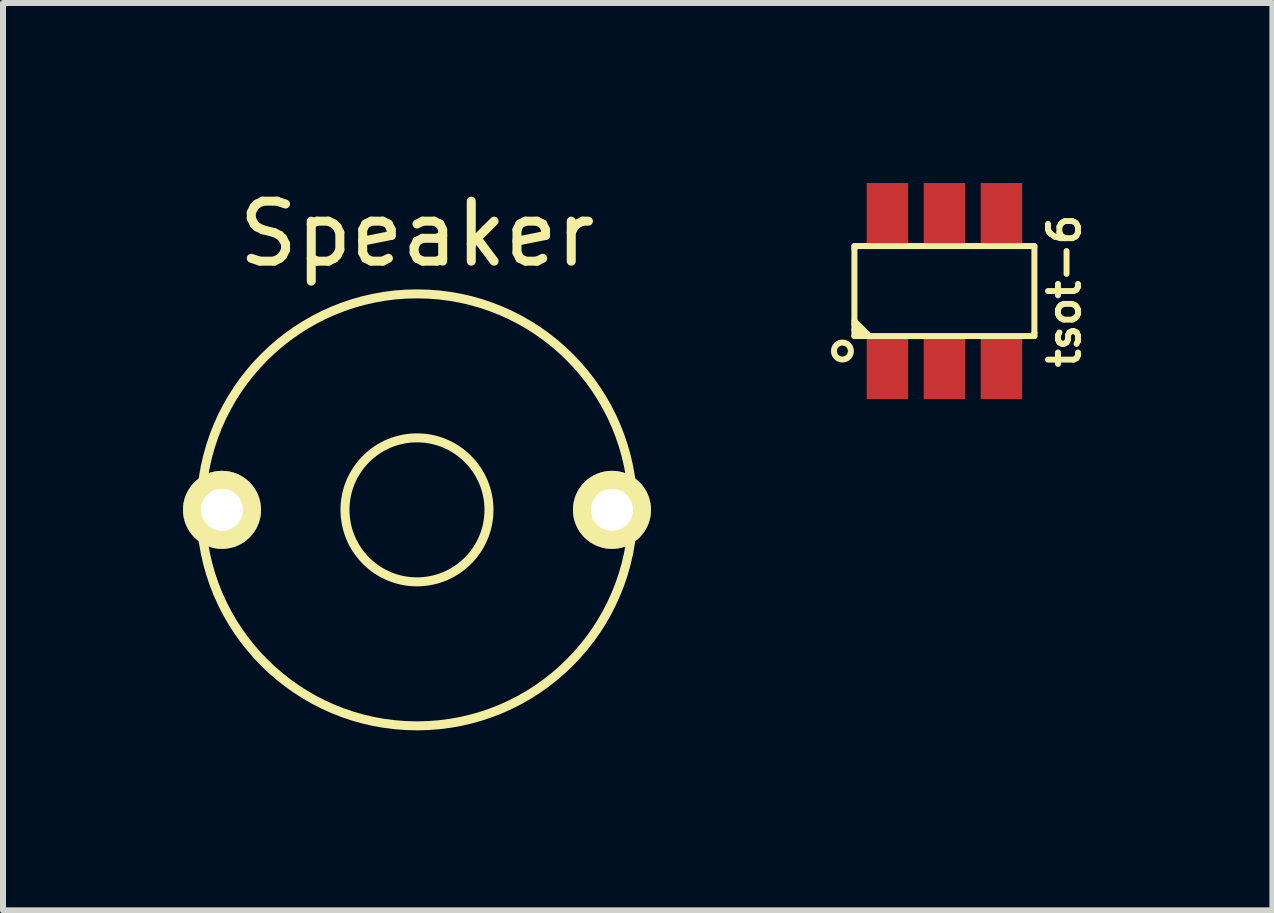
<source format=kicad_pcb>
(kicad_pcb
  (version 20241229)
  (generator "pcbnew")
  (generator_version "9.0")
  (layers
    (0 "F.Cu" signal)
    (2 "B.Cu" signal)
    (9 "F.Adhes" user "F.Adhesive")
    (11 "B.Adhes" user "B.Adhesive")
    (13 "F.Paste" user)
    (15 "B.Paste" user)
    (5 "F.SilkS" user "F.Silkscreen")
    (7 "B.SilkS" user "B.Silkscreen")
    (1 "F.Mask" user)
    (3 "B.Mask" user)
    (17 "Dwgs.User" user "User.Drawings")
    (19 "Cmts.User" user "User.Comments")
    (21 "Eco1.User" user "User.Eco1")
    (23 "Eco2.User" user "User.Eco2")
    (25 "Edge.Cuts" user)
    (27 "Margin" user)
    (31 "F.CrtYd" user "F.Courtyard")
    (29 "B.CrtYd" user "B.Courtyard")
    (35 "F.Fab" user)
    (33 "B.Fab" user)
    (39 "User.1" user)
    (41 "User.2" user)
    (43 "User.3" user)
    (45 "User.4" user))
  (footprint "Speaker"
    (layer "F.Cu")
    (at 3.9 5.448)
    (property "Reference" "Speaker" (at 0 -4.6 0) (layer "F.SilkS") (effects (font (size 1 1) (thickness 0.15))))
    (attr through_hole)
    (fp_circle (center 0 0) (end 1.2 0) (stroke (width 0.15) (type solid)) (fill no) (layer "F.SilkS"))
    (fp_circle (center 0 0) (end 3.6 0) (stroke (width 0.15) (type solid)) (fill no) (layer "F.SilkS"))
    (pad "1" thru_hole circle (at -3.25 0) (size 1.3 1.3) (drill 0.7) (layers "*.Cu" "*.Mask" "F.SilkS"))
    (pad "2" thru_hole circle (at 3.25 0) (size 1.3 1.3) (drill 0.7) (layers "*.Cu" "*.Mask" "F.SilkS")))
  (footprint "tsot-6"
    (layer "F.Cu")
    (at 12.691 1.801)
    (property "Reference" "tsot-6" (at 2 0 270) (layer "F.SilkS") (effects (font (size 0.5 0.5) (thickness 0.099))))
    (attr smd)
    (fp_line (start -1.5 -0.75) (end 1.5 -0.75) (stroke (width 0.1) (type solid)) (layer "F.SilkS"))
    (fp_line (start -1.5 -0.7) (end -1.5 -0.75) (stroke (width 0.1) (type solid)) (layer "F.SilkS"))
    (fp_line (start -1.5 0.55) (end -1.3 0.75) (stroke (width 0.1) (type solid)) (layer "F.SilkS"))
    (fp_line (start -1.5 0.75) (end -1.5 -0.7) (stroke (width 0.1) (type solid)) (layer "F.SilkS"))
    (fp_line (start -1.4 0.75) (end -1.5 0.65) (stroke (width 0.1) (type solid)) (layer "F.SilkS"))
    (fp_line (start -1.25 0.75) (end -1.5 0.5) (stroke (width 0.1) (type solid)) (layer "F.SilkS"))
    (fp_line (start 1.5 -0.75) (end 1.5 0.7) (stroke (width 0.1) (type solid)) (layer "F.SilkS"))
    (fp_line (start 1.5 0.7) (end 1.5 0.75) (stroke (width 0.1) (type solid)) (layer "F.SilkS"))
    (fp_line (start 1.5 0.75) (end -1.5 0.75) (stroke (width 0.1) (type solid)) (layer "F.SilkS"))
    (fp_circle (center -1.7 1) (end -1.8 1.1) (stroke (width 0.1) (type solid)) (fill no) (layer "F.SilkS"))
    (pad "1" smd rect (at -0.95 1.3) (size 0.691 1.001) (layers "F.Cu" "F.Mask" "F.Paste"))
    (pad "2" smd rect (at 0 1.3) (size 0.691 1.001) (layers "F.Cu" "F.Mask" "F.Paste"))
    (pad "3" smd rect (at 0.95 1.3) (size 0.691 1.001) (layers "F.Cu" "F.Mask" "F.Paste"))
    (pad "4" smd rect (at 0.95 -1.3) (size 0.691 1.001) (layers "F.Cu" "F.Mask" "F.Paste"))
    (pad "5" smd rect (at 0 -1.3) (size 0.691 1.001) (layers "F.Cu" "F.Mask" "F.Paste"))
    (pad "6" smd rect (at -0.95 -1.3) (size 0.691 1.001) (layers "F.Cu" "F.Mask" "F.Paste")))
  (gr_rect
    (start -3 -3)
    (end 18.158 12.123)
    (stroke (width 0.1) (type default))
    (fill no)
    (layer "Edge.Cuts")))
</source>
